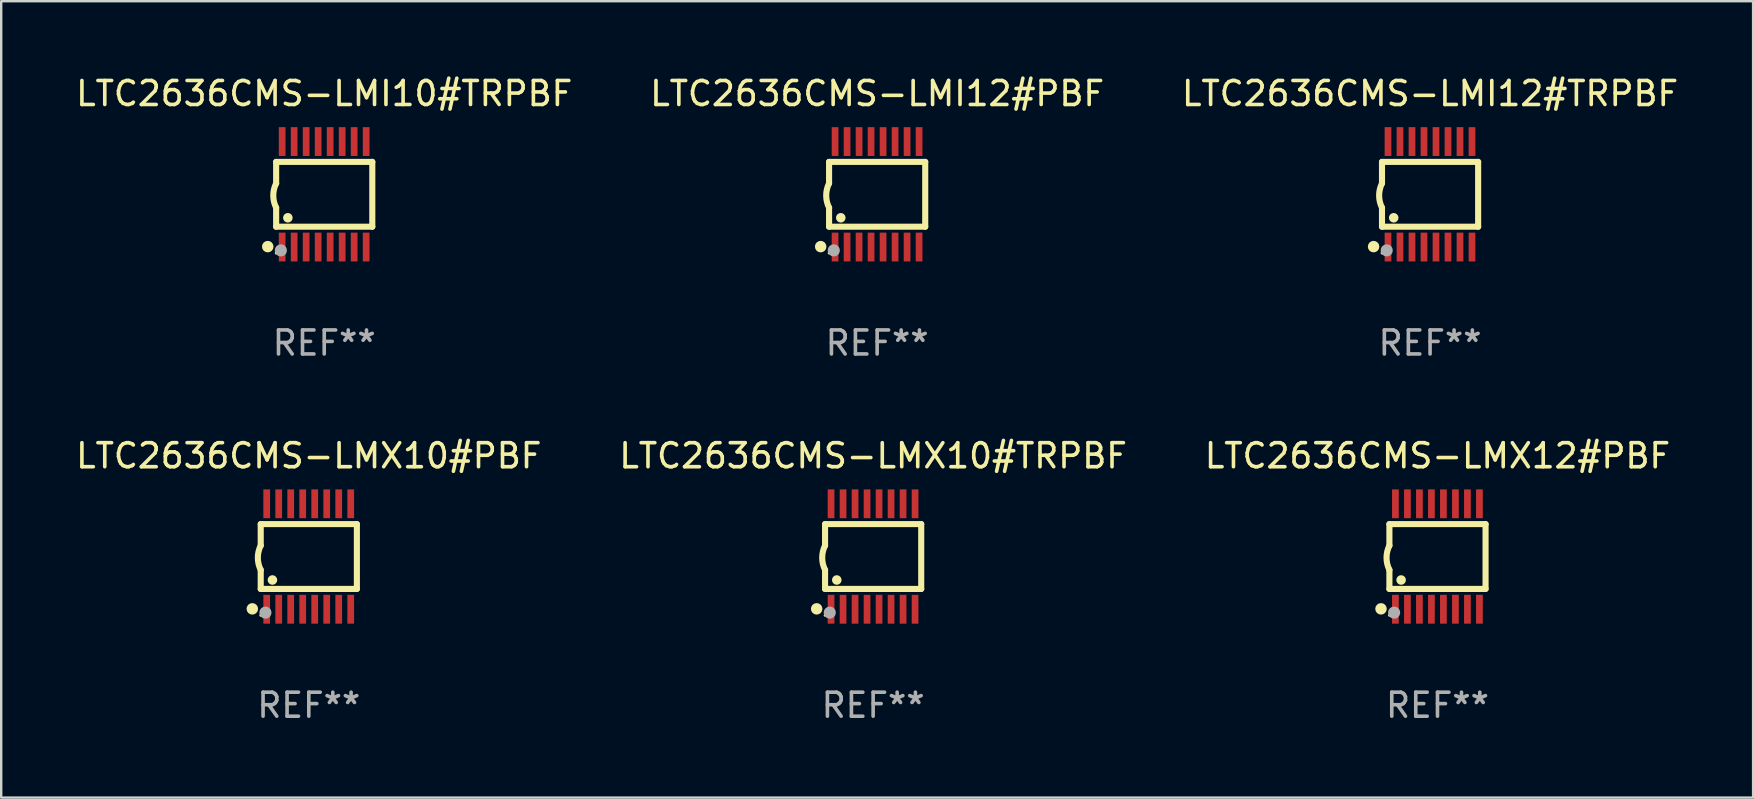
<source format=kicad_pcb>
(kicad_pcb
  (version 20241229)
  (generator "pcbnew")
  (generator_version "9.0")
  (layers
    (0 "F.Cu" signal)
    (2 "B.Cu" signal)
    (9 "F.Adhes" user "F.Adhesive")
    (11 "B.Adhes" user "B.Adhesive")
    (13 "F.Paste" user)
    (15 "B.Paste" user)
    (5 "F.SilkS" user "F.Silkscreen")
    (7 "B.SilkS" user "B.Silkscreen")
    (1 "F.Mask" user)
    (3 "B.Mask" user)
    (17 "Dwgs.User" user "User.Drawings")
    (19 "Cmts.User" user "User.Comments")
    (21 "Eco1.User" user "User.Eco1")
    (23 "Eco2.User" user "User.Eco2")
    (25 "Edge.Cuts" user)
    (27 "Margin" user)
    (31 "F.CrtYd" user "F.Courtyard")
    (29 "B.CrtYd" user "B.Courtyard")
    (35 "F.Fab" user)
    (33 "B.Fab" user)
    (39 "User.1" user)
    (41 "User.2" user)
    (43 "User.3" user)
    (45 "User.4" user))
  (footprint "LTC2636CMS-LMI12#TRPBF"
    (layer "F.Cu")
    (at 56.53 5.045)
    (property "Reference" "LTC2636CMS-LMI12#TRPBF" (at 0 -4.197 0) (layer "F.SilkS") (effects (font (size 1 1) (thickness 0.15))))
    (attr through_hole)
    (fp_line (start -2.003 -1.35) (end -2.003 -0.457) (stroke (width 0.254) (type solid)) (layer "F.SilkS"))
    (fp_line (start -2.003 -1.35) (end 2.003 -1.35) (stroke (width 0.254) (type solid)) (layer "F.SilkS"))
    (fp_line (start -2.003 1.35) (end -2.003 0.559) (stroke (width 0.254) (type solid)) (layer "F.SilkS"))
    (fp_line (start -2.003 1.35) (end 2.003 1.35) (stroke (width 0.254) (type solid)) (layer "F.SilkS"))
    (fp_line (start 2.003 -1.35) (end 2.003 1.35) (stroke (width 0.254) (type solid)) (layer "F.SilkS"))
    (fp_arc (start -2.002286 0.558802) (mid -2.122556 0.05092) (end -2.003302 -0.457201) (stroke (width 0.254001) (type solid)) (layer "F.SilkS"))
    (fp_circle (center -2.353 2.18) (end -2.233 2.18) (stroke (width 0.24) (type solid)) (fill no) (layer "F.SilkS"))
    (fp_circle (center -2.003 2.45) (end -1.973 2.45) (stroke (width 0.06) (type solid)) (fill no) (layer "F.SilkS"))
    (fp_circle (center -1.515 0.978) (end -1.415 0.978) (stroke (width 0.2) (type solid)) (fill no) (layer "F.SilkS"))
    (fp_circle (center -1.807 2.337) (end -1.68 2.337) (stroke (width 0.254) (type solid)) (fill no) (layer "F.Fab"))
    (fp_text user "REF**" (at 0 6.197 0) (layer "F.Fab") (effects (font (size 1 1) (thickness 0.15))))
    (pad "1" smd rect (at -1.753 2.197 90) (size 1.2 0.28) (layers "F.Cu" "F.Mask" "F.Paste"))
    (pad "2" smd rect (at -1.253 2.197 90) (size 1.2 0.28) (layers "F.Cu" "F.Mask" "F.Paste"))
    (pad "3" smd rect (at -0.753 2.197 90) (size 1.2 0.28) (layers "F.Cu" "F.Mask" "F.Paste"))
    (pad "4" smd rect (at -0.253 2.197 90) (size 1.2 0.28) (layers "F.Cu" "F.Mask" "F.Paste"))
    (pad "5" smd rect (at 0.247 2.197 90) (size 1.2 0.28) (layers "F.Cu" "F.Mask" "F.Paste"))
    (pad "6" smd rect (at 0.747 2.197 90) (size 1.2 0.28) (layers "F.Cu" "F.Mask" "F.Paste"))
    (pad "7" smd rect (at 1.247 2.197 90) (size 1.2 0.28) (layers "F.Cu" "F.Mask" "F.Paste"))
    (pad "8" smd rect (at 1.747 2.197 90) (size 1.2 0.28) (layers "F.Cu" "F.Mask" "F.Paste"))
    (pad "9" smd rect (at 1.747 -2.197 90) (size 1.2 0.28) (layers "F.Cu" "F.Mask" "F.Paste"))
    (pad "10" smd rect (at 1.247 -2.197 90) (size 1.2 0.28) (layers "F.Cu" "F.Mask" "F.Paste"))
    (pad "11" smd rect (at 0.747 -2.197 90) (size 1.2 0.28) (layers "F.Cu" "F.Mask" "F.Paste"))
    (pad "12" smd rect (at 0.247 -2.197 90) (size 1.2 0.28) (layers "F.Cu" "F.Mask" "F.Paste"))
    (pad "13" smd rect (at -0.253 -2.197 90) (size 1.2 0.28) (layers "F.Cu" "F.Mask" "F.Paste"))
    (pad "14" smd rect (at -0.753 -2.197 90) (size 1.2 0.28) (layers "F.Cu" "F.Mask" "F.Paste"))
    (pad "15" smd rect (at -1.253 -2.197 90) (size 1.2 0.28) (layers "F.Cu" "F.Mask" "F.Paste"))
    (pad "16" smd rect (at -1.753 -2.197 90) (size 1.2 0.28) (layers "F.Cu" "F.Mask" "F.Paste")))
  (footprint "LTC2636CMS-LMI10#TRPBF"
    (layer "F.Cu")
    (at 10.458 5.045)
    (property "Reference" "LTC2636CMS-LMI10#TRPBF" (at 0 -4.197 0) (layer "F.SilkS") (effects (font (size 1 1) (thickness 0.15))))
    (attr through_hole)
    (fp_line (start -2.003 -1.35) (end -2.003 -0.457) (stroke (width 0.254) (type solid)) (layer "F.SilkS"))
    (fp_line (start -2.003 -1.35) (end 2.003 -1.35) (stroke (width 0.254) (type solid)) (layer "F.SilkS"))
    (fp_line (start -2.003 1.35) (end -2.003 0.559) (stroke (width 0.254) (type solid)) (layer "F.SilkS"))
    (fp_line (start -2.003 1.35) (end 2.003 1.35) (stroke (width 0.254) (type solid)) (layer "F.SilkS"))
    (fp_line (start 2.003 -1.35) (end 2.003 1.35) (stroke (width 0.254) (type solid)) (layer "F.SilkS"))
    (fp_arc (start -2.002286 0.558802) (mid -2.122556 0.05092) (end -2.003302 -0.457201) (stroke (width 0.254001) (type solid)) (layer "F.SilkS"))
    (fp_circle (center -2.353 2.18) (end -2.233 2.18) (stroke (width 0.24) (type solid)) (fill no) (layer "F.SilkS"))
    (fp_circle (center -2.003 2.45) (end -1.973 2.45) (stroke (width 0.06) (type solid)) (fill no) (layer "F.SilkS"))
    (fp_circle (center -1.515 0.978) (end -1.415 0.978) (stroke (width 0.2) (type solid)) (fill no) (layer "F.SilkS"))
    (fp_circle (center -1.807 2.337) (end -1.68 2.337) (stroke (width 0.254) (type solid)) (fill no) (layer "F.Fab"))
    (fp_text user "REF**" (at 0 6.197 0) (layer "F.Fab") (effects (font (size 1 1) (thickness 0.15))))
    (pad "1" smd rect (at -1.753 2.197 90) (size 1.2 0.28) (layers "F.Cu" "F.Mask" "F.Paste"))
    (pad "2" smd rect (at -1.253 2.197 90) (size 1.2 0.28) (layers "F.Cu" "F.Mask" "F.Paste"))
    (pad "3" smd rect (at -0.753 2.197 90) (size 1.2 0.28) (layers "F.Cu" "F.Mask" "F.Paste"))
    (pad "4" smd rect (at -0.253 2.197 90) (size 1.2 0.28) (layers "F.Cu" "F.Mask" "F.Paste"))
    (pad "5" smd rect (at 0.247 2.197 90) (size 1.2 0.28) (layers "F.Cu" "F.Mask" "F.Paste"))
    (pad "6" smd rect (at 0.747 2.197 90) (size 1.2 0.28) (layers "F.Cu" "F.Mask" "F.Paste"))
    (pad "7" smd rect (at 1.247 2.197 90) (size 1.2 0.28) (layers "F.Cu" "F.Mask" "F.Paste"))
    (pad "8" smd rect (at 1.747 2.197 90) (size 1.2 0.28) (layers "F.Cu" "F.Mask" "F.Paste"))
    (pad "9" smd rect (at 1.747 -2.197 90) (size 1.2 0.28) (layers "F.Cu" "F.Mask" "F.Paste"))
    (pad "10" smd rect (at 1.247 -2.197 90) (size 1.2 0.28) (layers "F.Cu" "F.Mask" "F.Paste"))
    (pad "11" smd rect (at 0.747 -2.197 90) (size 1.2 0.28) (layers "F.Cu" "F.Mask" "F.Paste"))
    (pad "12" smd rect (at 0.247 -2.197 90) (size 1.2 0.28) (layers "F.Cu" "F.Mask" "F.Paste"))
    (pad "13" smd rect (at -0.253 -2.197 90) (size 1.2 0.28) (layers "F.Cu" "F.Mask" "F.Paste"))
    (pad "14" smd rect (at -0.753 -2.197 90) (size 1.2 0.28) (layers "F.Cu" "F.Mask" "F.Paste"))
    (pad "15" smd rect (at -1.253 -2.197 90) (size 1.2 0.28) (layers "F.Cu" "F.Mask" "F.Paste"))
    (pad "16" smd rect (at -1.753 -2.197 90) (size 1.2 0.28) (layers "F.Cu" "F.Mask" "F.Paste")))
  (footprint "LTC2636CMS-LMX10#TRPBF"
    (layer "F.Cu")
    (at 33.327 20.136)
    (property "Reference" "LTC2636CMS-LMX10#TRPBF" (at 0 -4.197 0) (layer "F.SilkS") (effects (font (size 1 1) (thickness 0.15))))
    (attr through_hole)
    (fp_line (start -2.003 -1.35) (end -2.003 -0.457) (stroke (width 0.254) (type solid)) (layer "F.SilkS"))
    (fp_line (start -2.003 -1.35) (end 2.003 -1.35) (stroke (width 0.254) (type solid)) (layer "F.SilkS"))
    (fp_line (start -2.003 1.35) (end -2.003 0.559) (stroke (width 0.254) (type solid)) (layer "F.SilkS"))
    (fp_line (start -2.003 1.35) (end 2.003 1.35) (stroke (width 0.254) (type solid)) (layer "F.SilkS"))
    (fp_line (start 2.003 -1.35) (end 2.003 1.35) (stroke (width 0.254) (type solid)) (layer "F.SilkS"))
    (fp_arc (start -2.002286 0.558802) (mid -2.122556 0.05092) (end -2.003302 -0.457201) (stroke (width 0.254001) (type solid)) (layer "F.SilkS"))
    (fp_circle (center -2.353 2.18) (end -2.233 2.18) (stroke (width 0.24) (type solid)) (fill no) (layer "F.SilkS"))
    (fp_circle (center -2.003 2.45) (end -1.973 2.45) (stroke (width 0.06) (type solid)) (fill no) (layer "F.SilkS"))
    (fp_circle (center -1.515 0.978) (end -1.415 0.978) (stroke (width 0.2) (type solid)) (fill no) (layer "F.SilkS"))
    (fp_circle (center -1.807 2.337) (end -1.68 2.337) (stroke (width 0.254) (type solid)) (fill no) (layer "F.Fab"))
    (fp_text user "REF**" (at 0 6.197 0) (layer "F.Fab") (effects (font (size 1 1) (thickness 0.15))))
    (pad "1" smd rect (at -1.753 2.197 90) (size 1.2 0.28) (layers "F.Cu" "F.Mask" "F.Paste"))
    (pad "2" smd rect (at -1.253 2.197 90) (size 1.2 0.28) (layers "F.Cu" "F.Mask" "F.Paste"))
    (pad "3" smd rect (at -0.753 2.197 90) (size 1.2 0.28) (layers "F.Cu" "F.Mask" "F.Paste"))
    (pad "4" smd rect (at -0.253 2.197 90) (size 1.2 0.28) (layers "F.Cu" "F.Mask" "F.Paste"))
    (pad "5" smd rect (at 0.247 2.197 90) (size 1.2 0.28) (layers "F.Cu" "F.Mask" "F.Paste"))
    (pad "6" smd rect (at 0.747 2.197 90) (size 1.2 0.28) (layers "F.Cu" "F.Mask" "F.Paste"))
    (pad "7" smd rect (at 1.247 2.197 90) (size 1.2 0.28) (layers "F.Cu" "F.Mask" "F.Paste"))
    (pad "8" smd rect (at 1.747 2.197 90) (size 1.2 0.28) (layers "F.Cu" "F.Mask" "F.Paste"))
    (pad "9" smd rect (at 1.747 -2.197 90) (size 1.2 0.28) (layers "F.Cu" "F.Mask" "F.Paste"))
    (pad "10" smd rect (at 1.247 -2.197 90) (size 1.2 0.28) (layers "F.Cu" "F.Mask" "F.Paste"))
    (pad "11" smd rect (at 0.747 -2.197 90) (size 1.2 0.28) (layers "F.Cu" "F.Mask" "F.Paste"))
    (pad "12" smd rect (at 0.247 -2.197 90) (size 1.2 0.28) (layers "F.Cu" "F.Mask" "F.Paste"))
    (pad "13" smd rect (at -0.253 -2.197 90) (size 1.2 0.28) (layers "F.Cu" "F.Mask" "F.Paste"))
    (pad "14" smd rect (at -0.753 -2.197 90) (size 1.2 0.28) (layers "F.Cu" "F.Mask" "F.Paste"))
    (pad "15" smd rect (at -1.253 -2.197 90) (size 1.2 0.28) (layers "F.Cu" "F.Mask" "F.Paste"))
    (pad "16" smd rect (at -1.753 -2.197 90) (size 1.2 0.28) (layers "F.Cu" "F.Mask" "F.Paste")))
  (footprint "LTC2636CMS-LMX12#PBF"
    (layer "F.Cu")
    (at 56.839 20.136)
    (property "Reference" "LTC2636CMS-LMX12#PBF" (at 0 -4.197 0) (layer "F.SilkS") (effects (font (size 1 1) (thickness 0.15))))
    (attr through_hole)
    (fp_line (start -2.003 -1.35) (end -2.003 -0.457) (stroke (width 0.254) (type solid)) (layer "F.SilkS"))
    (fp_line (start -2.003 -1.35) (end 2.003 -1.35) (stroke (width 0.254) (type solid)) (layer "F.SilkS"))
    (fp_line (start -2.003 1.35) (end -2.003 0.559) (stroke (width 0.254) (type solid)) (layer "F.SilkS"))
    (fp_line (start -2.003 1.35) (end 2.003 1.35) (stroke (width 0.254) (type solid)) (layer "F.SilkS"))
    (fp_line (start 2.003 -1.35) (end 2.003 1.35) (stroke (width 0.254) (type solid)) (layer "F.SilkS"))
    (fp_arc (start -2.002286 0.558802) (mid -2.122556 0.05092) (end -2.003302 -0.457201) (stroke (width 0.254001) (type solid)) (layer "F.SilkS"))
    (fp_circle (center -2.353 2.18) (end -2.233 2.18) (stroke (width 0.24) (type solid)) (fill no) (layer "F.SilkS"))
    (fp_circle (center -2.003 2.45) (end -1.973 2.45) (stroke (width 0.06) (type solid)) (fill no) (layer "F.SilkS"))
    (fp_circle (center -1.515 0.978) (end -1.415 0.978) (stroke (width 0.2) (type solid)) (fill no) (layer "F.SilkS"))
    (fp_circle (center -1.807 2.337) (end -1.68 2.337) (stroke (width 0.254) (type solid)) (fill no) (layer "F.Fab"))
    (fp_text user "REF**" (at 0 6.197 0) (layer "F.Fab") (effects (font (size 1 1) (thickness 0.15))))
    (pad "1" smd rect (at -1.753 2.197 90) (size 1.2 0.28) (layers "F.Cu" "F.Mask" "F.Paste"))
    (pad "2" smd rect (at -1.253 2.197 90) (size 1.2 0.28) (layers "F.Cu" "F.Mask" "F.Paste"))
    (pad "3" smd rect (at -0.753 2.197 90) (size 1.2 0.28) (layers "F.Cu" "F.Mask" "F.Paste"))
    (pad "4" smd rect (at -0.253 2.197 90) (size 1.2 0.28) (layers "F.Cu" "F.Mask" "F.Paste"))
    (pad "5" smd rect (at 0.247 2.197 90) (size 1.2 0.28) (layers "F.Cu" "F.Mask" "F.Paste"))
    (pad "6" smd rect (at 0.747 2.197 90) (size 1.2 0.28) (layers "F.Cu" "F.Mask" "F.Paste"))
    (pad "7" smd rect (at 1.247 2.197 90) (size 1.2 0.28) (layers "F.Cu" "F.Mask" "F.Paste"))
    (pad "8" smd rect (at 1.747 2.197 90) (size 1.2 0.28) (layers "F.Cu" "F.Mask" "F.Paste"))
    (pad "9" smd rect (at 1.747 -2.197 90) (size 1.2 0.28) (layers "F.Cu" "F.Mask" "F.Paste"))
    (pad "10" smd rect (at 1.247 -2.197 90) (size 1.2 0.28) (layers "F.Cu" "F.Mask" "F.Paste"))
    (pad "11" smd rect (at 0.747 -2.197 90) (size 1.2 0.28) (layers "F.Cu" "F.Mask" "F.Paste"))
    (pad "12" smd rect (at 0.247 -2.197 90) (size 1.2 0.28) (layers "F.Cu" "F.Mask" "F.Paste"))
    (pad "13" smd rect (at -0.253 -2.197 90) (size 1.2 0.28) (layers "F.Cu" "F.Mask" "F.Paste"))
    (pad "14" smd rect (at -0.753 -2.197 90) (size 1.2 0.28) (layers "F.Cu" "F.Mask" "F.Paste"))
    (pad "15" smd rect (at -1.253 -2.197 90) (size 1.2 0.28) (layers "F.Cu" "F.Mask" "F.Paste"))
    (pad "16" smd rect (at -1.753 -2.197 90) (size 1.2 0.28) (layers "F.Cu" "F.Mask" "F.Paste")))
  (footprint "LTC2636CMS-LMI12#PBF"
    (layer "F.Cu")
    (at 33.494 5.045)
    (property "Reference" "LTC2636CMS-LMI12#PBF" (at 0 -4.197 0) (layer "F.SilkS") (effects (font (size 1 1) (thickness 0.15))))
    (attr through_hole)
    (fp_line (start -2.003 -1.35) (end -2.003 -0.457) (stroke (width 0.254) (type solid)) (layer "F.SilkS"))
    (fp_line (start -2.003 -1.35) (end 2.003 -1.35) (stroke (width 0.254) (type solid)) (layer "F.SilkS"))
    (fp_line (start -2.003 1.35) (end -2.003 0.559) (stroke (width 0.254) (type solid)) (layer "F.SilkS"))
    (fp_line (start -2.003 1.35) (end 2.003 1.35) (stroke (width 0.254) (type solid)) (layer "F.SilkS"))
    (fp_line (start 2.003 -1.35) (end 2.003 1.35) (stroke (width 0.254) (type solid)) (layer "F.SilkS"))
    (fp_arc (start -2.002286 0.558802) (mid -2.122556 0.05092) (end -2.003302 -0.457201) (stroke (width 0.254001) (type solid)) (layer "F.SilkS"))
    (fp_circle (center -2.353 2.18) (end -2.233 2.18) (stroke (width 0.24) (type solid)) (fill no) (layer "F.SilkS"))
    (fp_circle (center -2.003 2.45) (end -1.973 2.45) (stroke (width 0.06) (type solid)) (fill no) (layer "F.SilkS"))
    (fp_circle (center -1.515 0.978) (end -1.415 0.978) (stroke (width 0.2) (type solid)) (fill no) (layer "F.SilkS"))
    (fp_circle (center -1.807 2.337) (end -1.68 2.337) (stroke (width 0.254) (type solid)) (fill no) (layer "F.Fab"))
    (fp_text user "REF**" (at 0 6.197 0) (layer "F.Fab") (effects (font (size 1 1) (thickness 0.15))))
    (pad "1" smd rect (at -1.753 2.197 90) (size 1.2 0.28) (layers "F.Cu" "F.Mask" "F.Paste"))
    (pad "2" smd rect (at -1.253 2.197 90) (size 1.2 0.28) (layers "F.Cu" "F.Mask" "F.Paste"))
    (pad "3" smd rect (at -0.753 2.197 90) (size 1.2 0.28) (layers "F.Cu" "F.Mask" "F.Paste"))
    (pad "4" smd rect (at -0.253 2.197 90) (size 1.2 0.28) (layers "F.Cu" "F.Mask" "F.Paste"))
    (pad "5" smd rect (at 0.247 2.197 90) (size 1.2 0.28) (layers "F.Cu" "F.Mask" "F.Paste"))
    (pad "6" smd rect (at 0.747 2.197 90) (size 1.2 0.28) (layers "F.Cu" "F.Mask" "F.Paste"))
    (pad "7" smd rect (at 1.247 2.197 90) (size 1.2 0.28) (layers "F.Cu" "F.Mask" "F.Paste"))
    (pad "8" smd rect (at 1.747 2.197 90) (size 1.2 0.28) (layers "F.Cu" "F.Mask" "F.Paste"))
    (pad "9" smd rect (at 1.747 -2.197 90) (size 1.2 0.28) (layers "F.Cu" "F.Mask" "F.Paste"))
    (pad "10" smd rect (at 1.247 -2.197 90) (size 1.2 0.28) (layers "F.Cu" "F.Mask" "F.Paste"))
    (pad "11" smd rect (at 0.747 -2.197 90) (size 1.2 0.28) (layers "F.Cu" "F.Mask" "F.Paste"))
    (pad "12" smd rect (at 0.247 -2.197 90) (size 1.2 0.28) (layers "F.Cu" "F.Mask" "F.Paste"))
    (pad "13" smd rect (at -0.253 -2.197 90) (size 1.2 0.28) (layers "F.Cu" "F.Mask" "F.Paste"))
    (pad "14" smd rect (at -0.753 -2.197 90) (size 1.2 0.28) (layers "F.Cu" "F.Mask" "F.Paste"))
    (pad "15" smd rect (at -1.253 -2.197 90) (size 1.2 0.28) (layers "F.Cu" "F.Mask" "F.Paste"))
    (pad "16" smd rect (at -1.753 -2.197 90) (size 1.2 0.28) (layers "F.Cu" "F.Mask" "F.Paste")))
  (footprint "LTC2636CMS-LMX10#PBF"
    (layer "F.Cu")
    (at 9.815 20.136)
    (property "Reference" "LTC2636CMS-LMX10#PBF" (at 0 -4.197 0) (layer "F.SilkS") (effects (font (size 1 1) (thickness 0.15))))
    (attr through_hole)
    (fp_line (start -2.003 -1.35) (end -2.003 -0.457) (stroke (width 0.254) (type solid)) (layer "F.SilkS"))
    (fp_line (start -2.003 -1.35) (end 2.003 -1.35) (stroke (width 0.254) (type solid)) (layer "F.SilkS"))
    (fp_line (start -2.003 1.35) (end -2.003 0.559) (stroke (width 0.254) (type solid)) (layer "F.SilkS"))
    (fp_line (start -2.003 1.35) (end 2.003 1.35) (stroke (width 0.254) (type solid)) (layer "F.SilkS"))
    (fp_line (start 2.003 -1.35) (end 2.003 1.35) (stroke (width 0.254) (type solid)) (layer "F.SilkS"))
    (fp_arc (start -2.002286 0.558802) (mid -2.122556 0.05092) (end -2.003302 -0.457201) (stroke (width 0.254001) (type solid)) (layer "F.SilkS"))
    (fp_circle (center -2.353 2.18) (end -2.233 2.18) (stroke (width 0.24) (type solid)) (fill no) (layer "F.SilkS"))
    (fp_circle (center -2.003 2.45) (end -1.973 2.45) (stroke (width 0.06) (type solid)) (fill no) (layer "F.SilkS"))
    (fp_circle (center -1.515 0.978) (end -1.415 0.978) (stroke (width 0.2) (type solid)) (fill no) (layer "F.SilkS"))
    (fp_circle (center -1.807 2.337) (end -1.68 2.337) (stroke (width 0.254) (type solid)) (fill no) (layer "F.Fab"))
    (fp_text user "REF**" (at 0 6.197 0) (layer "F.Fab") (effects (font (size 1 1) (thickness 0.15))))
    (pad "1" smd rect (at -1.753 2.197 90) (size 1.2 0.28) (layers "F.Cu" "F.Mask" "F.Paste"))
    (pad "2" smd rect (at -1.253 2.197 90) (size 1.2 0.28) (layers "F.Cu" "F.Mask" "F.Paste"))
    (pad "3" smd rect (at -0.753 2.197 90) (size 1.2 0.28) (layers "F.Cu" "F.Mask" "F.Paste"))
    (pad "4" smd rect (at -0.253 2.197 90) (size 1.2 0.28) (layers "F.Cu" "F.Mask" "F.Paste"))
    (pad "5" smd rect (at 0.247 2.197 90) (size 1.2 0.28) (layers "F.Cu" "F.Mask" "F.Paste"))
    (pad "6" smd rect (at 0.747 2.197 90) (size 1.2 0.28) (layers "F.Cu" "F.Mask" "F.Paste"))
    (pad "7" smd rect (at 1.247 2.197 90) (size 1.2 0.28) (layers "F.Cu" "F.Mask" "F.Paste"))
    (pad "8" smd rect (at 1.747 2.197 90) (size 1.2 0.28) (layers "F.Cu" "F.Mask" "F.Paste"))
    (pad "9" smd rect (at 1.747 -2.197 90) (size 1.2 0.28) (layers "F.Cu" "F.Mask" "F.Paste"))
    (pad "10" smd rect (at 1.247 -2.197 90) (size 1.2 0.28) (layers "F.Cu" "F.Mask" "F.Paste"))
    (pad "11" smd rect (at 0.747 -2.197 90) (size 1.2 0.28) (layers "F.Cu" "F.Mask" "F.Paste"))
    (pad "12" smd rect (at 0.247 -2.197 90) (size 1.2 0.28) (layers "F.Cu" "F.Mask" "F.Paste"))
    (pad "13" smd rect (at -0.253 -2.197 90) (size 1.2 0.28) (layers "F.Cu" "F.Mask" "F.Paste"))
    (pad "14" smd rect (at -0.753 -2.197 90) (size 1.2 0.28) (layers "F.Cu" "F.Mask" "F.Paste"))
    (pad "15" smd rect (at -1.253 -2.197 90) (size 1.2 0.28) (layers "F.Cu" "F.Mask" "F.Paste"))
    (pad "16" smd rect (at -1.753 -2.197 90) (size 1.2 0.28) (layers "F.Cu" "F.Mask" "F.Paste")))
  (gr_rect
    (start -3 -3)
    (end 69.988 30.181)
    (stroke (width 0.1) (type default))
    (fill no)
    (layer "Edge.Cuts")))
</source>
